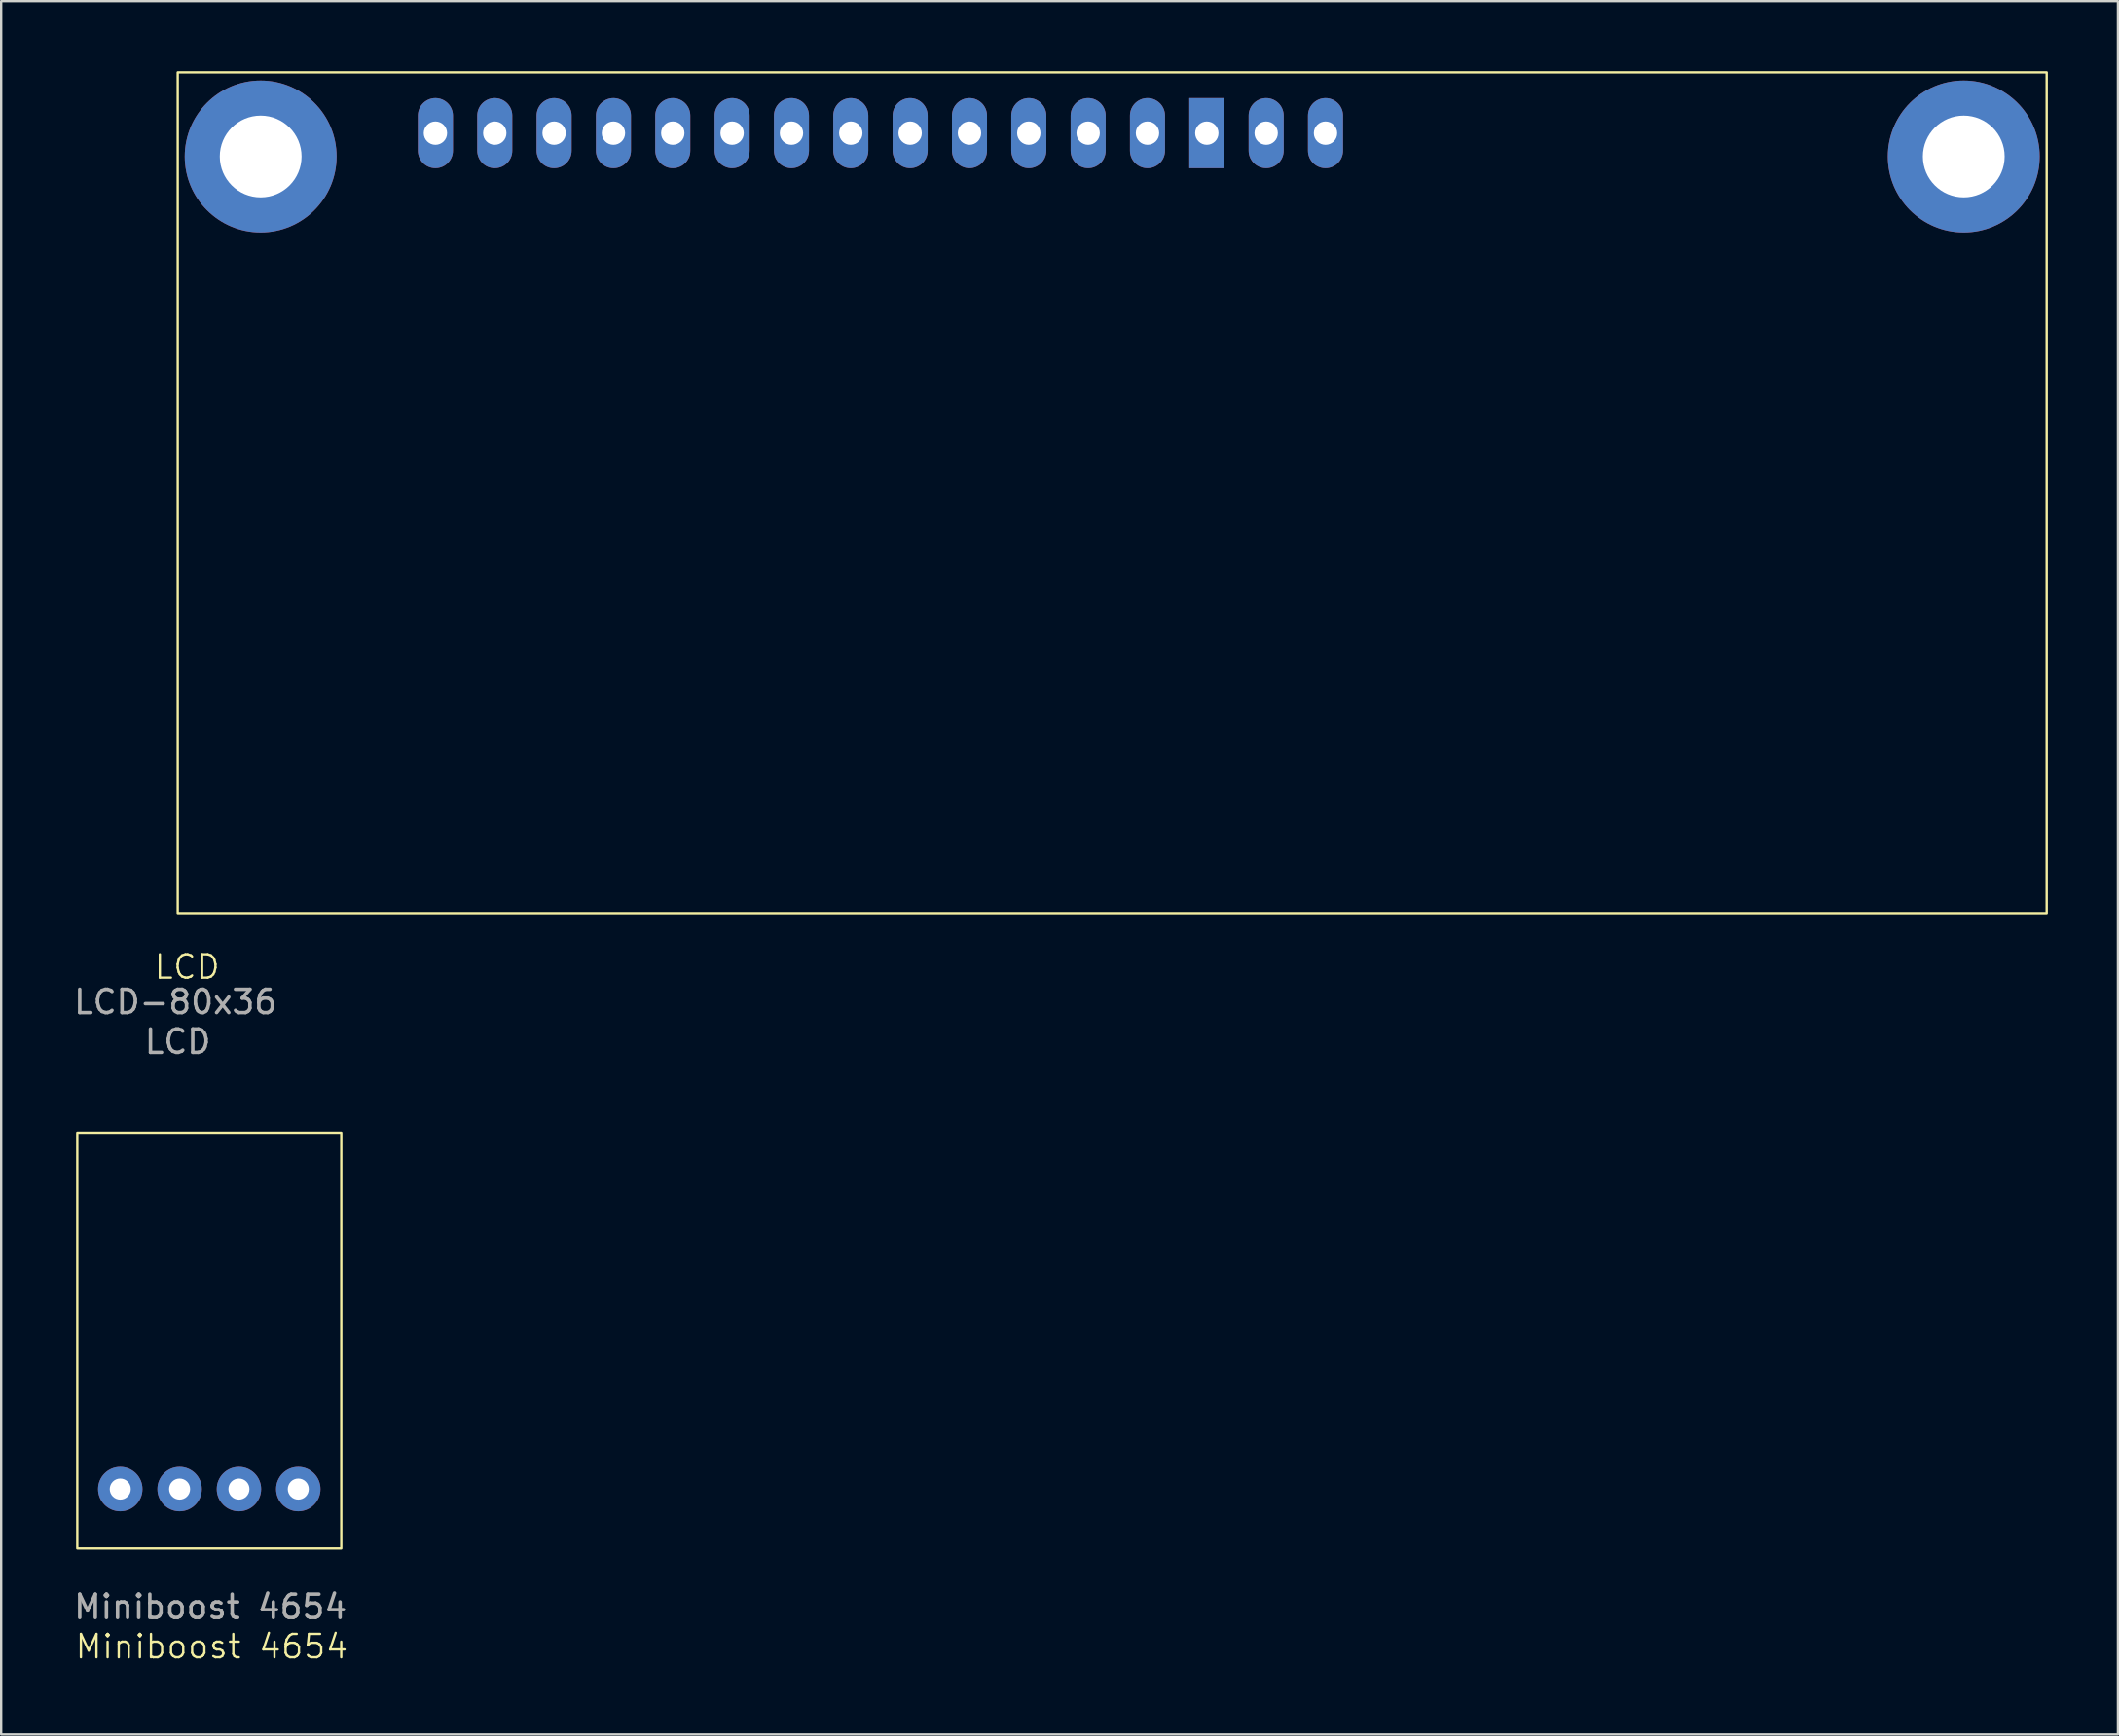
<source format=kicad_pcb>
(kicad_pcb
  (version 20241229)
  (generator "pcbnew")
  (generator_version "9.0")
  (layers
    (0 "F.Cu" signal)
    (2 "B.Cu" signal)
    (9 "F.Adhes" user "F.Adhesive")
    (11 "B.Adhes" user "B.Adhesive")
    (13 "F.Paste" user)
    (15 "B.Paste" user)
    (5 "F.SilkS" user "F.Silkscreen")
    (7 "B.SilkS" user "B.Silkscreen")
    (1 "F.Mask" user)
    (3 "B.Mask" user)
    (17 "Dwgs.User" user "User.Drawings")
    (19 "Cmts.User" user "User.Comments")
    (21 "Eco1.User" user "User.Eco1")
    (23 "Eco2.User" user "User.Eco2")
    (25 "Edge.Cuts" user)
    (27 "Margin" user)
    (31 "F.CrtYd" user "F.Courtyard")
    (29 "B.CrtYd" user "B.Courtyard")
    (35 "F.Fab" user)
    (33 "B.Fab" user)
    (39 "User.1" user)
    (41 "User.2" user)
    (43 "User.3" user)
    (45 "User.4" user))
  (footprint "LCD"
    (layer "F.Cu")
    (at 4.558 36.05)
    (property "Reference" "LCD" (at 0.4 2.3 0) (unlocked yes) (layer "F.SilkS") (effects (font (size 1 1) (thickness 0.1))))
    (attr smd)
    (fp_rect (start 80 -36) (end 0 0) (stroke (width 0.1) (type default)) (fill no) (layer "F.SilkS"))
    (fp_text user "LCD-80x36" (at -0.1 3.8 0) (unlocked yes) (layer "F.Fab") (effects (font (size 1 1) (thickness 0.15))))
    (fp_text user "${REFERENCE}" (at 0 5.5 0) (unlocked yes) (layer "F.Fab") (effects (font (size 1 1) (thickness 0.15))))
    (pad "" thru_hole circle (at 3.55 -32.4 180) (size 6.5 6.5) (drill 3.5) (layers "*.Cu" "*.Mask"))
    (pad "" thru_hole circle (at 76.45 -32.4 180) (size 6.5 6.5) (drill 3.5) (layers "*.Cu" "*.Mask"))
    (pad "1" thru_hole oval (at 11.03 -33.4 180) (size 1.5 3) (drill 1) (layers "*.Cu" "*.Mask"))
    (pad "2" thru_hole oval (at 13.57 -33.4 180) (size 1.5 3) (drill 1) (layers "*.Cu" "*.Mask"))
    (pad "3" thru_hole oval (at 16.11 -33.4 180) (size 1.5 3) (drill 1) (layers "*.Cu" "*.Mask"))
    (pad "4" thru_hole oval (at 18.65 -33.4 180) (size 1.5 3) (drill 1) (layers "*.Cu" "*.Mask"))
    (pad "5" thru_hole oval (at 21.19 -33.4 180) (size 1.5 3) (drill 1) (layers "*.Cu" "*.Mask"))
    (pad "6" thru_hole oval (at 23.73 -33.4 180) (size 1.5 3) (drill 1) (layers "*.Cu" "*.Mask"))
    (pad "7" thru_hole oval (at 26.27 -33.4 180) (size 1.5 3) (drill 1) (layers "*.Cu" "*.Mask"))
    (pad "8" thru_hole oval (at 28.81 -33.4 180) (size 1.5 3) (drill 1) (layers "*.Cu" "*.Mask"))
    (pad "9" thru_hole oval (at 31.35 -33.4 180) (size 1.5 3) (drill 1) (layers "*.Cu" "*.Mask"))
    (pad "10" thru_hole oval (at 33.89 -33.4 180) (size 1.5 3) (drill 1) (layers "*.Cu" "*.Mask"))
    (pad "11" thru_hole oval (at 36.43 -33.4 180) (size 1.5 3) (drill 1) (layers "*.Cu" "*.Mask"))
    (pad "12" thru_hole oval (at 38.97 -33.4 180) (size 1.5 3) (drill 1) (layers "*.Cu" "*.Mask"))
    (pad "13" thru_hole oval (at 41.51 -33.4 180) (size 1.5 3) (drill 1) (layers "*.Cu" "*.Mask"))
    (pad "14" thru_hole rect (at 44.05 -33.4 180) (size 1.5 3) (drill 1) (layers "*.Cu" "*.Mask"))
    (pad "15" thru_hole oval (at 46.59 -33.4 180) (size 1.5 3) (drill 1) (layers "*.Cu" "*.Mask"))
    (pad "16" thru_hole oval (at 49.13 -33.4 180) (size 1.5 3) (drill 1) (layers "*.Cu" "*.Mask")))
  (footprint "Miniboost 4654"
    (layer "F.Cu")
    (at 5.958 63.248)
    (property "Reference" "Miniboost 4654" (at 0.05 4.2 0) (unlocked yes) (layer "F.SilkS") (effects (font (size 1 1) (thickness 0.1))))
    (attr smd)
    (fp_rect (start -5.7 -17.8) (end 5.6 0) (stroke (width 0.1) (type default)) (fill no) (layer "F.SilkS"))
    (fp_text user "${REFERENCE}" (at 0 2.5 0) (unlocked yes) (layer "F.Fab") (effects (font (size 1 1) (thickness 0.15))))
    (pad "1" thru_hole circle (at 3.76 -2.54) (size 1.9 1.9) (drill 0.9) (layers "*.Cu" "*.Mask"))
    (pad "2" thru_hole circle (at 1.22 -2.54) (size 1.9 1.9) (drill 0.9) (layers "*.Cu" "*.Mask"))
    (pad "3" thru_hole circle (at -1.32 -2.54) (size 1.9 1.9) (drill 0.9) (layers "*.Cu" "*.Mask"))
    (pad "4" thru_hole circle (at -3.86 -2.54) (size 1.9 1.9) (drill 0.9) (layers "*.Cu" "*.Mask")))
  (gr_rect
    (start -3 -3)
    (end 87.608 71.209)
    (stroke (width 0.1) (type default))
    (fill no)
    (layer "Edge.Cuts")))
</source>
